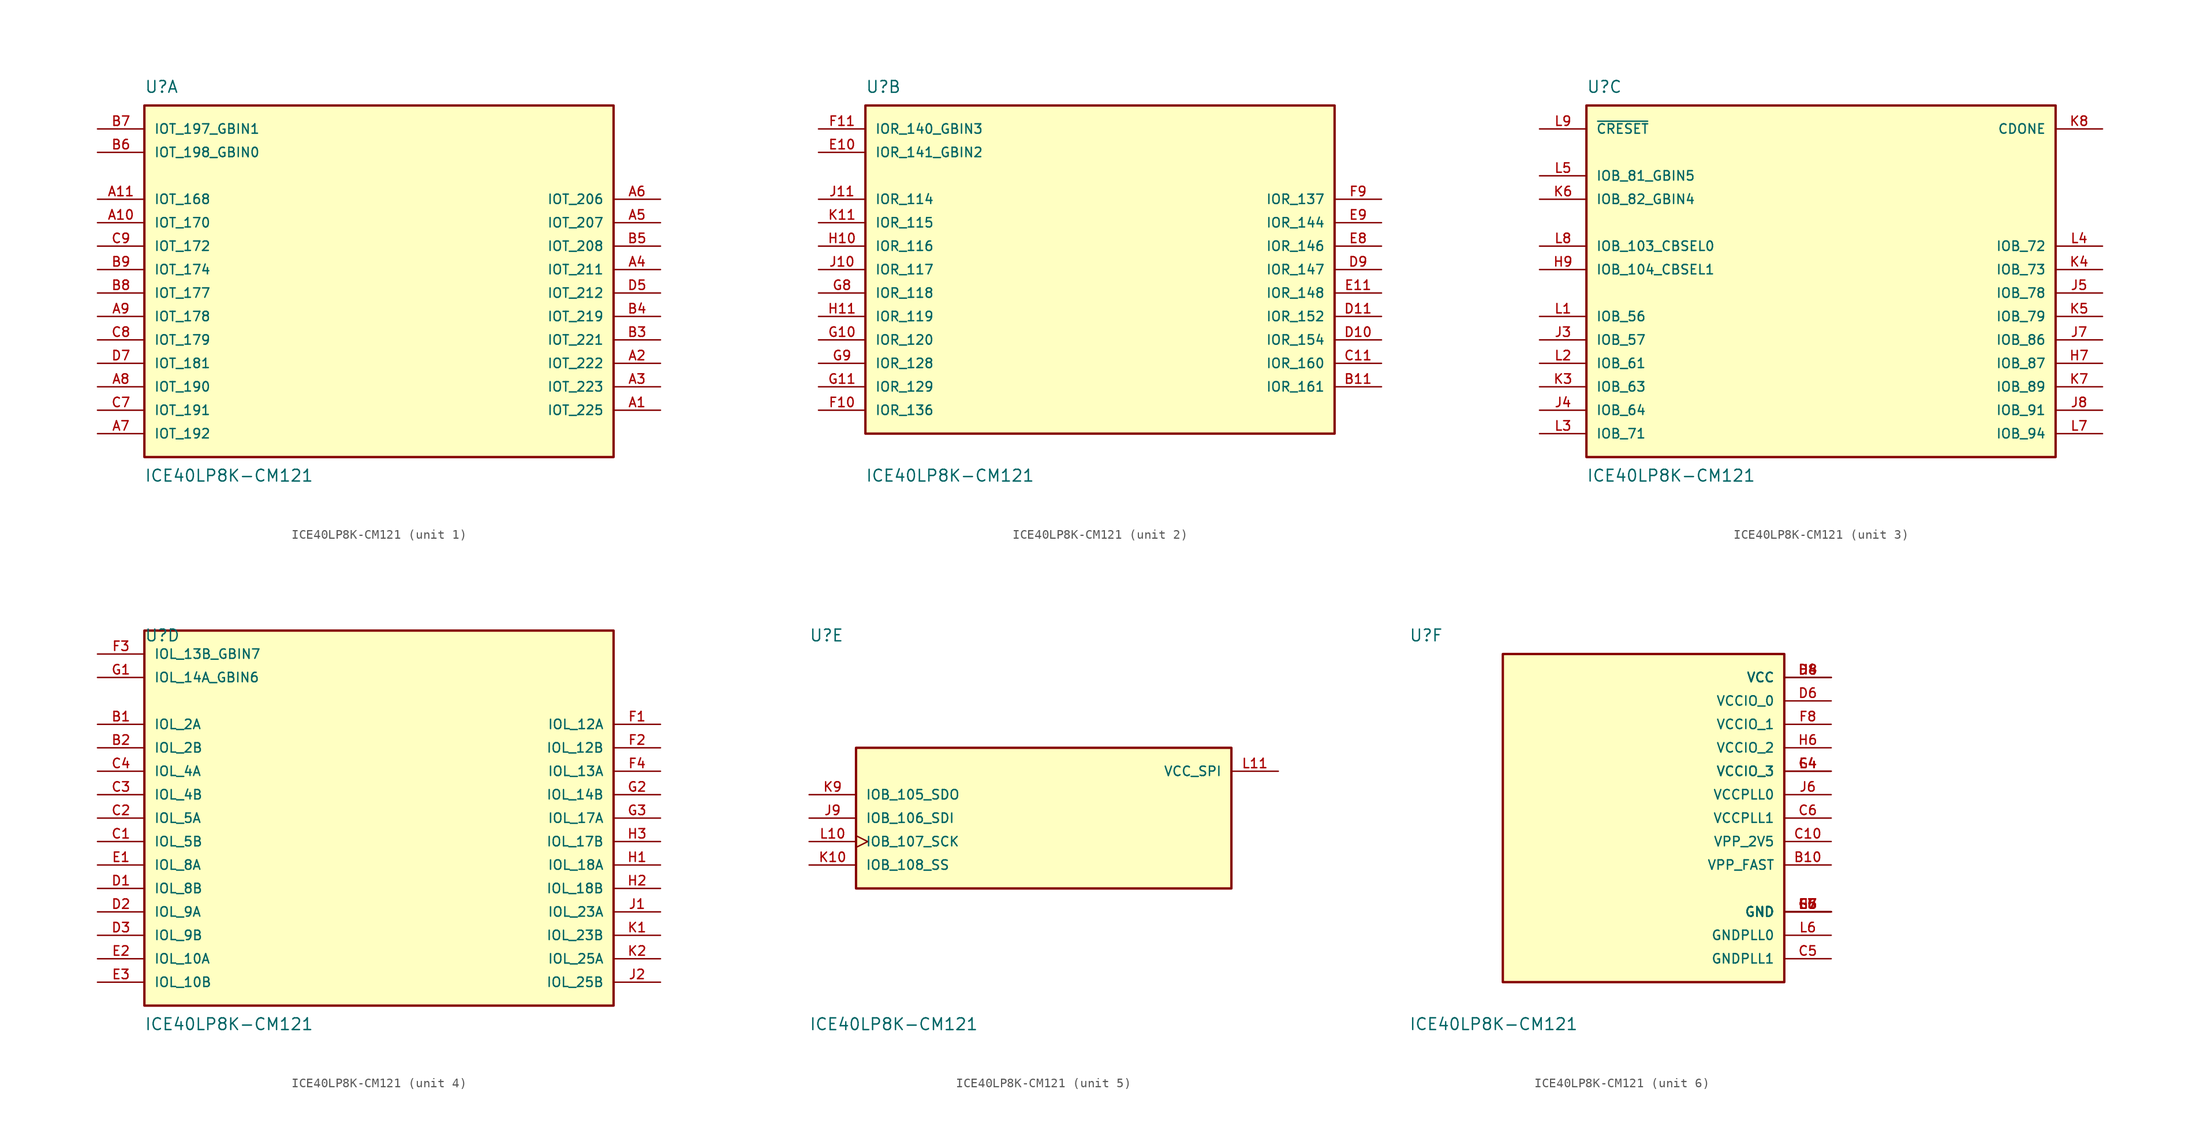
<source format=kicad_sym>
(kicad_symbol_lib
  (version 20211014)
  (generator kicad_symbol_editor)
  (symbol "ICE40LP8K-CM121"
    (pin_names
      (offset 1.016))
    (property "Reference" "U"
      (at -25.4 19.05 0)
      (effects (font (size 1.27 1.27)) (justify bottom left)))
    (property "Value" "ICE40LP8K-CM121"
      (at -25.4 -21.59 0)
      (effects (font (size 1.27 1.27)) (justify top left)))
    (symbol "ICE40LP8K-CM121_1_0"
      (rectangle (start -25.4 -20.32) (end 25.4 17.78) (stroke (width 0.254)) (fill (type background)))
      (pin input line (at -30.48 15.24 0) (length 5.08) (name "IOT_197_GBIN1" (effects (font (size 1.016 1.016)))) (number "B7" (effects (font (size 1.016 1.016)))))
      (pin input line (at -30.48 12.7 0) (length 5.08) (name "IOT_198_GBIN0" (effects (font (size 1.016 1.016)))) (number "B6" (effects (font (size 1.016 1.016)))))
      (pin bidirectional line (at -30.48 7.62 0) (length 5.08) (name "IOT_168" (effects (font (size 1.016 1.016)))) (number "A11" (effects (font (size 1.016 1.016)))))
      (pin bidirectional line (at -30.48 5.08 0) (length 5.08) (name "IOT_170" (effects (font (size 1.016 1.016)))) (number "A10" (effects (font (size 1.016 1.016)))))
      (pin bidirectional line (at -30.48 2.54 0) (length 5.08) (name "IOT_172" (effects (font (size 1.016 1.016)))) (number "C9" (effects (font (size 1.016 1.016)))))
      (pin bidirectional line (at -30.48 0.0 0) (length 5.08) (name "IOT_174" (effects (font (size 1.016 1.016)))) (number "B9" (effects (font (size 1.016 1.016)))))
      (pin bidirectional line (at -30.48 -2.54 0) (length 5.08) (name "IOT_177" (effects (font (size 1.016 1.016)))) (number "B8" (effects (font (size 1.016 1.016)))))
      (pin bidirectional line (at -30.48 -5.08 0) (length 5.08) (name "IOT_178" (effects (font (size 1.016 1.016)))) (number "A9" (effects (font (size 1.016 1.016)))))
      (pin bidirectional line (at -30.48 -7.62 0) (length 5.08) (name "IOT_179" (effects (font (size 1.016 1.016)))) (number "C8" (effects (font (size 1.016 1.016)))))
      (pin bidirectional line (at -30.48 -10.16 0) (length 5.08) (name "IOT_181" (effects (font (size 1.016 1.016)))) (number "D7" (effects (font (size 1.016 1.016)))))
      (pin bidirectional line (at -30.48 -12.7 0) (length 5.08) (name "IOT_190" (effects (font (size 1.016 1.016)))) (number "A8" (effects (font (size 1.016 1.016)))))
      (pin bidirectional line (at -30.48 -15.24 0) (length 5.08) (name "IOT_191" (effects (font (size 1.016 1.016)))) (number "C7" (effects (font (size 1.016 1.016)))))
      (pin bidirectional line (at -30.48 -17.78 0) (length 5.08) (name "IOT_192" (effects (font (size 1.016 1.016)))) (number "A7" (effects (font (size 1.016 1.016)))))
      (pin bidirectional line (at 30.48 7.62 180.0) (length 5.08) (name "IOT_206" (effects (font (size 1.016 1.016)))) (number "A6" (effects (font (size 1.016 1.016)))))
      (pin bidirectional line (at 30.48 5.08 180.0) (length 5.08) (name "IOT_207" (effects (font (size 1.016 1.016)))) (number "A5" (effects (font (size 1.016 1.016)))))
      (pin bidirectional line (at 30.48 2.54 180.0) (length 5.08) (name "IOT_208" (effects (font (size 1.016 1.016)))) (number "B5" (effects (font (size 1.016 1.016)))))
      (pin bidirectional line (at 30.48 0.0 180.0) (length 5.08) (name "IOT_211" (effects (font (size 1.016 1.016)))) (number "A4" (effects (font (size 1.016 1.016)))))
      (pin bidirectional line (at 30.48 -2.54 180.0) (length 5.08) (name "IOT_212" (effects (font (size 1.016 1.016)))) (number "D5" (effects (font (size 1.016 1.016)))))
      (pin bidirectional line (at 30.48 -5.08 180.0) (length 5.08) (name "IOT_219" (effects (font (size 1.016 1.016)))) (number "B4" (effects (font (size 1.016 1.016)))))
      (pin bidirectional line (at 30.48 -7.62 180.0) (length 5.08) (name "IOT_221" (effects (font (size 1.016 1.016)))) (number "B3" (effects (font (size 1.016 1.016)))))
      (pin bidirectional line (at 30.48 -10.16 180.0) (length 5.08) (name "IOT_222" (effects (font (size 1.016 1.016)))) (number "A2" (effects (font (size 1.016 1.016)))))
      (pin bidirectional line (at 30.48 -12.7 180.0) (length 5.08) (name "IOT_223" (effects (font (size 1.016 1.016)))) (number "A3" (effects (font (size 1.016 1.016)))))
      (pin bidirectional line (at 30.48 -15.24 180.0) (length 5.08) (name "IOT_225" (effects (font (size 1.016 1.016)))) (number "A1" (effects (font (size 1.016 1.016))))))
    (symbol "ICE40LP8K-CM121_2_0"
      (rectangle (start -25.4 -17.78) (end 25.4 17.78) (stroke (width 0.254)) (fill (type background)))
      (pin input line (at -30.48 15.24 0) (length 5.08) (name "IOR_140_GBIN3" (effects (font (size 1.016 1.016)))) (number "F11" (effects (font (size 1.016 1.016)))))
      (pin input line (at -30.48 12.7 0) (length 5.08) (name "IOR_141_GBIN2" (effects (font (size 1.016 1.016)))) (number "E10" (effects (font (size 1.016 1.016)))))
      (pin bidirectional line (at -30.48 7.62 0) (length 5.08) (name "IOR_114" (effects (font (size 1.016 1.016)))) (number "J11" (effects (font (size 1.016 1.016)))))
      (pin bidirectional line (at -30.48 5.08 0) (length 5.08) (name "IOR_115" (effects (font (size 1.016 1.016)))) (number "K11" (effects (font (size 1.016 1.016)))))
      (pin bidirectional line (at -30.48 2.54 0) (length 5.08) (name "IOR_116" (effects (font (size 1.016 1.016)))) (number "H10" (effects (font (size 1.016 1.016)))))
      (pin bidirectional line (at -30.48 0.0 0) (length 5.08) (name "IOR_117" (effects (font (size 1.016 1.016)))) (number "J10" (effects (font (size 1.016 1.016)))))
      (pin bidirectional line (at -30.48 -2.54 0) (length 5.08) (name "IOR_118" (effects (font (size 1.016 1.016)))) (number "G8" (effects (font (size 1.016 1.016)))))
      (pin bidirectional line (at -30.48 -5.08 0) (length 5.08) (name "IOR_119" (effects (font (size 1.016 1.016)))) (number "H11" (effects (font (size 1.016 1.016)))))
      (pin bidirectional line (at -30.48 -7.62 0) (length 5.08) (name "IOR_120" (effects (font (size 1.016 1.016)))) (number "G10" (effects (font (size 1.016 1.016)))))
      (pin bidirectional line (at -30.48 -10.16 0) (length 5.08) (name "IOR_128" (effects (font (size 1.016 1.016)))) (number "G9" (effects (font (size 1.016 1.016)))))
      (pin bidirectional line (at -30.48 -12.7 0) (length 5.08) (name "IOR_129" (effects (font (size 1.016 1.016)))) (number "G11" (effects (font (size 1.016 1.016)))))
      (pin bidirectional line (at -30.48 -15.24 0) (length 5.08) (name "IOR_136" (effects (font (size 1.016 1.016)))) (number "F10" (effects (font (size 1.016 1.016)))))
      (pin bidirectional line (at 30.48 7.62 180.0) (length 5.08) (name "IOR_137" (effects (font (size 1.016 1.016)))) (number "F9" (effects (font (size 1.016 1.016)))))
      (pin bidirectional line (at 30.48 5.08 180.0) (length 5.08) (name "IOR_144" (effects (font (size 1.016 1.016)))) (number "E9" (effects (font (size 1.016 1.016)))))
      (pin bidirectional line (at 30.48 2.54 180.0) (length 5.08) (name "IOR_146" (effects (font (size 1.016 1.016)))) (number "E8" (effects (font (size 1.016 1.016)))))
      (pin bidirectional line (at 30.48 0.0 180.0) (length 5.08) (name "IOR_147" (effects (font (size 1.016 1.016)))) (number "D9" (effects (font (size 1.016 1.016)))))
      (pin bidirectional line (at 30.48 -2.54 180.0) (length 5.08) (name "IOR_148" (effects (font (size 1.016 1.016)))) (number "E11" (effects (font (size 1.016 1.016)))))
      (pin bidirectional line (at 30.48 -5.08 180.0) (length 5.08) (name "IOR_152" (effects (font (size 1.016 1.016)))) (number "D11" (effects (font (size 1.016 1.016)))))
      (pin bidirectional line (at 30.48 -7.62 180.0) (length 5.08) (name "IOR_154" (effects (font (size 1.016 1.016)))) (number "D10" (effects (font (size 1.016 1.016)))))
      (pin bidirectional line (at 30.48 -10.16 180.0) (length 5.08) (name "IOR_160" (effects (font (size 1.016 1.016)))) (number "C11" (effects (font (size 1.016 1.016)))))
      (pin bidirectional line (at 30.48 -12.7 180.0) (length 5.08) (name "IOR_161" (effects (font (size 1.016 1.016)))) (number "B11" (effects (font (size 1.016 1.016))))))
    (symbol "ICE40LP8K-CM121_3_0"
      (rectangle (start -25.4 -20.32) (end 25.4 17.78) (stroke (width 0.254)) (fill (type background)))
      (pin output line (at 30.48 15.24 180.0) (length 5.08) (name "CDONE" (effects (font (size 1.016 1.016)))) (number "K8" (effects (font (size 1.016 1.016)))))
      (pin input line (at -30.48 15.24 0) (length 5.08) (name "~{CRESET}" (effects (font (size 1.016 1.016)))) (number "L9" (effects (font (size 1.016 1.016)))))
      (pin input line (at -30.48 10.16 0) (length 5.08) (name "IOB_81_GBIN5" (effects (font (size 1.016 1.016)))) (number "L5" (effects (font (size 1.016 1.016)))))
      (pin input line (at -30.48 7.62 0) (length 5.08) (name "IOB_82_GBIN4" (effects (font (size 1.016 1.016)))) (number "K6" (effects (font (size 1.016 1.016)))))
      (pin bidirectional line (at -30.48 2.54 0) (length 5.08) (name "IOB_103_CBSEL0" (effects (font (size 1.016 1.016)))) (number "L8" (effects (font (size 1.016 1.016)))))
      (pin bidirectional line (at -30.48 0.0 0) (length 5.08) (name "IOB_104_CBSEL1" (effects (font (size 1.016 1.016)))) (number "H9" (effects (font (size 1.016 1.016)))))
      (pin bidirectional line (at -30.48 -5.08 0) (length 5.08) (name "IOB_56" (effects (font (size 1.016 1.016)))) (number "L1" (effects (font (size 1.016 1.016)))))
      (pin bidirectional line (at -30.48 -7.62 0) (length 5.08) (name "IOB_57" (effects (font (size 1.016 1.016)))) (number "J3" (effects (font (size 1.016 1.016)))))
      (pin bidirectional line (at -30.48 -10.16 0) (length 5.08) (name "IOB_61" (effects (font (size 1.016 1.016)))) (number "L2" (effects (font (size 1.016 1.016)))))
      (pin bidirectional line (at -30.48 -12.7 0) (length 5.08) (name "IOB_63" (effects (font (size 1.016 1.016)))) (number "K3" (effects (font (size 1.016 1.016)))))
      (pin bidirectional line (at -30.48 -15.24 0) (length 5.08) (name "IOB_64" (effects (font (size 1.016 1.016)))) (number "J4" (effects (font (size 1.016 1.016)))))
      (pin bidirectional line (at -30.48 -17.78 0) (length 5.08) (name "IOB_71" (effects (font (size 1.016 1.016)))) (number "L3" (effects (font (size 1.016 1.016)))))
      (pin bidirectional line (at 30.48 2.54 180.0) (length 5.08) (name "IOB_72" (effects (font (size 1.016 1.016)))) (number "L4" (effects (font (size 1.016 1.016)))))
      (pin bidirectional line (at 30.48 0.0 180.0) (length 5.08) (name "IOB_73" (effects (font (size 1.016 1.016)))) (number "K4" (effects (font (size 1.016 1.016)))))
      (pin bidirectional line (at 30.48 -2.54 180.0) (length 5.08) (name "IOB_78" (effects (font (size 1.016 1.016)))) (number "J5" (effects (font (size 1.016 1.016)))))
      (pin bidirectional line (at 30.48 -5.08 180.0) (length 5.08) (name "IOB_79" (effects (font (size 1.016 1.016)))) (number "K5" (effects (font (size 1.016 1.016)))))
      (pin bidirectional line (at 30.48 -7.62 180.0) (length 5.08) (name "IOB_86" (effects (font (size 1.016 1.016)))) (number "J7" (effects (font (size 1.016 1.016)))))
      (pin bidirectional line (at 30.48 -10.16 180.0) (length 5.08) (name "IOB_87" (effects (font (size 1.016 1.016)))) (number "H7" (effects (font (size 1.016 1.016)))))
      (pin bidirectional line (at 30.48 -12.7 180.0) (length 5.08) (name "IOB_89" (effects (font (size 1.016 1.016)))) (number "K7" (effects (font (size 1.016 1.016)))))
      (pin bidirectional line (at 30.48 -15.24 180.0) (length 5.08) (name "IOB_91" (effects (font (size 1.016 1.016)))) (number "J8" (effects (font (size 1.016 1.016)))))
      (pin bidirectional line (at 30.48 -17.78 180.0) (length 5.08) (name "IOB_94" (effects (font (size 1.016 1.016)))) (number "L7" (effects (font (size 1.016 1.016))))))
    (symbol "ICE40LP8K-CM121_4_0"
      (rectangle (start -25.4 -20.32) (end 25.4 20.32) (stroke (width 0.254)) (fill (type background)))
      (pin input line (at -30.48 17.78 0) (length 5.08) (name "IOL_13B_GBIN7" (effects (font (size 1.016 1.016)))) (number "F3" (effects (font (size 1.016 1.016)))))
      (pin input line (at -30.48 15.24 0) (length 5.08) (name "IOL_14A_GBIN6" (effects (font (size 1.016 1.016)))) (number "G1" (effects (font (size 1.016 1.016)))))
      (pin bidirectional line (at -30.48 -15.24 0) (length 5.08) (name "IOL_10A" (effects (font (size 1.016 1.016)))) (number "E2" (effects (font (size 1.016 1.016)))))
      (pin bidirectional line (at -30.48 -17.78 0) (length 5.08) (name "IOL_10B" (effects (font (size 1.016 1.016)))) (number "E3" (effects (font (size 1.016 1.016)))))
      (pin bidirectional line (at 30.48 10.16 180.0) (length 5.08) (name "IOL_12A" (effects (font (size 1.016 1.016)))) (number "F1" (effects (font (size 1.016 1.016)))))
      (pin bidirectional line (at 30.48 7.62 180.0) (length 5.08) (name "IOL_12B" (effects (font (size 1.016 1.016)))) (number "F2" (effects (font (size 1.016 1.016)))))
      (pin bidirectional line (at 30.48 5.08 180.0) (length 5.08) (name "IOL_13A" (effects (font (size 1.016 1.016)))) (number "F4" (effects (font (size 1.016 1.016)))))
      (pin bidirectional line (at 30.48 2.54 180.0) (length 5.08) (name "IOL_14B" (effects (font (size 1.016 1.016)))) (number "G2" (effects (font (size 1.016 1.016)))))
      (pin bidirectional line (at 30.48 0.0 180.0) (length 5.08) (name "IOL_17A" (effects (font (size 1.016 1.016)))) (number "G3" (effects (font (size 1.016 1.016)))))
      (pin bidirectional line (at 30.48 -2.54 180.0) (length 5.08) (name "IOL_17B" (effects (font (size 1.016 1.016)))) (number "H3" (effects (font (size 1.016 1.016)))))
      (pin bidirectional line (at 30.48 -5.08 180.0) (length 5.08) (name "IOL_18A" (effects (font (size 1.016 1.016)))) (number "H1" (effects (font (size 1.016 1.016)))))
      (pin bidirectional line (at 30.48 -7.62 180.0) (length 5.08) (name "IOL_18B" (effects (font (size 1.016 1.016)))) (number "H2" (effects (font (size 1.016 1.016)))))
      (pin bidirectional line (at 30.48 -10.16 180.0) (length 5.08) (name "IOL_23A" (effects (font (size 1.016 1.016)))) (number "J1" (effects (font (size 1.016 1.016)))))
      (pin bidirectional line (at 30.48 -12.7 180.0) (length 5.08) (name "IOL_23B" (effects (font (size 1.016 1.016)))) (number "K1" (effects (font (size 1.016 1.016)))))
      (pin bidirectional line (at 30.48 -15.24 180.0) (length 5.08) (name "IOL_25A" (effects (font (size 1.016 1.016)))) (number "K2" (effects (font (size 1.016 1.016)))))
      (pin bidirectional line (at 30.48 -17.78 180.0) (length 5.08) (name "IOL_25B" (effects (font (size 1.016 1.016)))) (number "J2" (effects (font (size 1.016 1.016)))))
      (pin bidirectional line (at -30.48 10.16 0) (length 5.08) (name "IOL_2A" (effects (font (size 1.016 1.016)))) (number "B1" (effects (font (size 1.016 1.016)))))
      (pin bidirectional line (at -30.48 7.62 0) (length 5.08) (name "IOL_2B" (effects (font (size 1.016 1.016)))) (number "B2" (effects (font (size 1.016 1.016)))))
      (pin bidirectional line (at -30.48 5.08 0) (length 5.08) (name "IOL_4A" (effects (font (size 1.016 1.016)))) (number "C4" (effects (font (size 1.016 1.016)))))
      (pin bidirectional line (at -30.48 2.54 0) (length 5.08) (name "IOL_4B" (effects (font (size 1.016 1.016)))) (number "C3" (effects (font (size 1.016 1.016)))))
      (pin bidirectional line (at -30.48 0.0 0) (length 5.08) (name "IOL_5A" (effects (font (size 1.016 1.016)))) (number "C2" (effects (font (size 1.016 1.016)))))
      (pin bidirectional line (at -30.48 -2.54 0) (length 5.08) (name "IOL_5B" (effects (font (size 1.016 1.016)))) (number "C1" (effects (font (size 1.016 1.016)))))
      (pin bidirectional line (at -30.48 -5.08 0) (length 5.08) (name "IOL_8A" (effects (font (size 1.016 1.016)))) (number "E1" (effects (font (size 1.016 1.016)))))
      (pin bidirectional line (at -30.48 -7.62 0) (length 5.08) (name "IOL_8B" (effects (font (size 1.016 1.016)))) (number "D1" (effects (font (size 1.016 1.016)))))
      (pin bidirectional line (at -30.48 -10.16 0) (length 5.08) (name "IOL_9A" (effects (font (size 1.016 1.016)))) (number "D2" (effects (font (size 1.016 1.016)))))
      (pin bidirectional line (at -30.48 -12.7 0) (length 5.08) (name "IOL_9B" (effects (font (size 1.016 1.016)))) (number "D3" (effects (font (size 1.016 1.016))))))
    (symbol "ICE40LP8K-CM121_5_0"
      (rectangle (start -20.32 -7.62) (end 20.32 7.62) (stroke (width 0.254)) (fill (type background)))
      (pin output line (at -25.4 2.54 0) (length 5.08) (name "IOB_105_SDO" (effects (font (size 1.016 1.016)))) (number "K9" (effects (font (size 1.016 1.016)))))
      (pin input line (at -25.4 0.0 0) (length 5.08) (name "IOB_106_SDI" (effects (font (size 1.016 1.016)))) (number "J9" (effects (font (size 1.016 1.016)))))
      (pin input clock (at -25.4 -2.54 0) (length 5.08) (name "IOB_107_SCK" (effects (font (size 1.016 1.016)))) (number "L10" (effects (font (size 1.016 1.016)))))
      (pin input line (at -25.4 -5.08 0) (length 5.08) (name "IOB_108_SS" (effects (font (size 1.016 1.016)))) (number "K10" (effects (font (size 1.016 1.016)))))
      (pin power_in line (at 25.4 5.08 180.0) (length 5.08) (name "VCC_SPI" (effects (font (size 1.016 1.016)))) (number "L11" (effects (font (size 1.016 1.016))))))
    (symbol "ICE40LP8K-CM121_6_0"
      (rectangle (start -15.24 -17.78) (end 15.24 17.78) (stroke (width 0.254)) (fill (type background)))
      (pin power_in line (at 20.32 15.24 180.0) (length 5.08) (name "VCC" (effects (font (size 1.016 1.016)))) (number "D4" (effects (font (size 1.016 1.016)))))
      (pin power_in line (at 20.32 15.24 180.0) (length 5.08) (name "VCC" (effects (font (size 1.016 1.016)))) (number "D8" (effects (font (size 1.016 1.016)))))
      (pin power_in line (at 20.32 15.24 180.0) (length 5.08) (name "VCC" (effects (font (size 1.016 1.016)))) (number "H4" (effects (font (size 1.016 1.016)))))
      (pin power_in line (at 20.32 15.24 180.0) (length 5.08) (name "VCC" (effects (font (size 1.016 1.016)))) (number "H8" (effects (font (size 1.016 1.016)))))
      (pin power_in line (at 20.32 12.7 180.0) (length 5.08) (name "VCCIO_0" (effects (font (size 1.016 1.016)))) (number "D6" (effects (font (size 1.016 1.016)))))
      (pin power_in line (at 20.32 10.16 180.0) (length 5.08) (name "VCCIO_1" (effects (font (size 1.016 1.016)))) (number "F8" (effects (font (size 1.016 1.016)))))
      (pin power_in line (at 20.32 7.62 180.0) (length 5.08) (name "VCCIO_2" (effects (font (size 1.016 1.016)))) (number "H6" (effects (font (size 1.016 1.016)))))
      (pin power_in line (at 20.32 5.08 180.0) (length 5.08) (name "VCCIO_3" (effects (font (size 1.016 1.016)))) (number "E4" (effects (font (size 1.016 1.016)))))
      (pin power_in line (at 20.32 5.08 180.0) (length 5.08) (name "VCCIO_3" (effects (font (size 1.016 1.016)))) (number "G4" (effects (font (size 1.016 1.016)))))
      (pin power_in line (at 20.32 2.54 180.0) (length 5.08) (name "VCCPLL0" (effects (font (size 1.016 1.016)))) (number "J6" (effects (font (size 1.016 1.016)))))
      (pin power_in line (at 20.32 0.0 180.0) (length 5.08) (name "VCCPLL1" (effects (font (size 1.016 1.016)))) (number "C6" (effects (font (size 1.016 1.016)))))
      (pin power_in line (at 20.32 -2.54 180.0) (length 5.08) (name "VPP_2V5" (effects (font (size 1.016 1.016)))) (number "C10" (effects (font (size 1.016 1.016)))))
      (pin power_in line (at 20.32 -5.08 180.0) (length 5.08) (name "VPP_FAST" (effects (font (size 1.016 1.016)))) (number "B10" (effects (font (size 1.016 1.016)))))
      (pin power_in line (at 20.32 -10.16 180.0) (length 5.08) (name "GND" (effects (font (size 1.016 1.016)))) (number "E5" (effects (font (size 1.016 1.016)))))
      (pin power_in line (at 20.32 -10.16 180.0) (length 5.08) (name "GND" (effects (font (size 1.016 1.016)))) (number "E6" (effects (font (size 1.016 1.016)))))
      (pin power_in line (at 20.32 -10.16 180.0) (length 5.08) (name "GND" (effects (font (size 1.016 1.016)))) (number "E7" (effects (font (size 1.016 1.016)))))
      (pin power_in line (at 20.32 -10.16 180.0) (length 5.08) (name "GND" (effects (font (size 1.016 1.016)))) (number "F5" (effects (font (size 1.016 1.016)))))
      (pin power_in line (at 20.32 -10.16 180.0) (length 5.08) (name "GND" (effects (font (size 1.016 1.016)))) (number "F6" (effects (font (size 1.016 1.016)))))
      (pin power_in line (at 20.32 -10.16 180.0) (length 5.08) (name "GND" (effects (font (size 1.016 1.016)))) (number "F7" (effects (font (size 1.016 1.016)))))
      (pin power_in line (at 20.32 -10.16 180.0) (length 5.08) (name "GND" (effects (font (size 1.016 1.016)))) (number "G5" (effects (font (size 1.016 1.016)))))
      (pin power_in line (at 20.32 -10.16 180.0) (length 5.08) (name "GND" (effects (font (size 1.016 1.016)))) (number "G6" (effects (font (size 1.016 1.016)))))
      (pin power_in line (at 20.32 -10.16 180.0) (length 5.08) (name "GND" (effects (font (size 1.016 1.016)))) (number "G7" (effects (font (size 1.016 1.016)))))
      (pin power_in line (at 20.32 -10.16 180.0) (length 5.08) (name "GND" (effects (font (size 1.016 1.016)))) (number "H5" (effects (font (size 1.016 1.016)))))
      (pin power_in line (at 20.32 -12.7 180.0) (length 5.08) (name "GNDPLL0" (effects (font (size 1.016 1.016)))) (number "L6" (effects (font (size 1.016 1.016)))))
      (pin power_in line (at 20.32 -15.24 180.0) (length 5.08) (name "GNDPLL1" (effects (font (size 1.016 1.016)))) (number "C5" (effects (font (size 1.016 1.016))))))))
</source>
